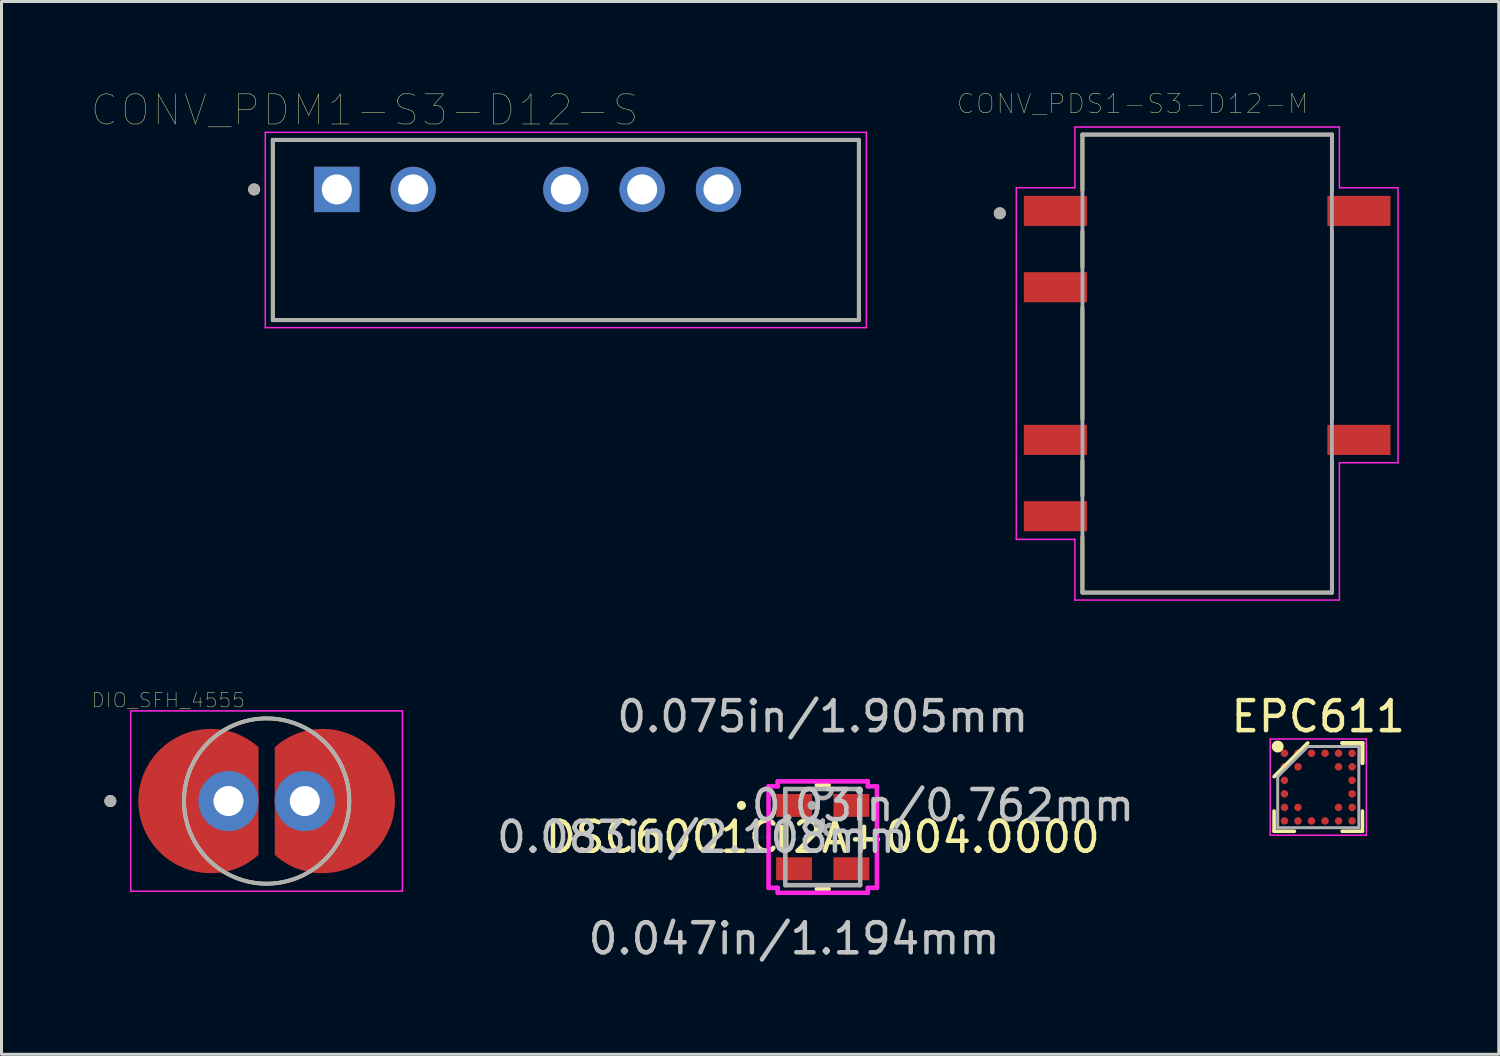
<source format=kicad_pcb>
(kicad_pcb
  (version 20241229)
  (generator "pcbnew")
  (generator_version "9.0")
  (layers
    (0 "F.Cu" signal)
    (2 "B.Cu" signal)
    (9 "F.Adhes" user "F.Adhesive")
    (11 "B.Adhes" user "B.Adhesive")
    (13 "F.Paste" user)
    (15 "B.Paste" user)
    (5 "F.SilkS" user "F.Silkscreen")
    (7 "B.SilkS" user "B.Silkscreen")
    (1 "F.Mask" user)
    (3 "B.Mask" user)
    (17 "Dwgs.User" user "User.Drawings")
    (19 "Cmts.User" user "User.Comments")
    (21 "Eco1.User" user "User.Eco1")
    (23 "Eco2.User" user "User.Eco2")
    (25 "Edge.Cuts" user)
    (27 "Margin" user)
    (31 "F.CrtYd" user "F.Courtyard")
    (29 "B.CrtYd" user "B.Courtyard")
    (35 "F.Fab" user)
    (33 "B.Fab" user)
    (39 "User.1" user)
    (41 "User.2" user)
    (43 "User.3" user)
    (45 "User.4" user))
  (footprint "EPC611"
    (layer "F.Cu")
    (at 40.814 23.14)
    (property "Reference" "EPC611" (at 0 -2.35 0) (layer "F.SilkS") (effects (font (size 1 1) (thickness 0.15))))
    (attr smd)
    (fp_line (start -1.47 1.47) (end -1.47 0.795) (stroke (width 0.12) (type solid)) (layer "F.SilkS"))
    (fp_line (start -0.795 1.47) (end -1.47 1.47) (stroke (width 0.12) (type solid)) (layer "F.SilkS"))
    (fp_line (start -0.35 -1.47) (end -1.47 -0.35) (stroke (width 0.12) (type solid)) (layer "F.SilkS"))
    (fp_line (start 0.795 -1.47) (end 1.47 -1.47) (stroke (width 0.12) (type solid)) (layer "F.SilkS"))
    (fp_line (start 0.795 -1.47) (end 1.47 -1.47) (stroke (width 0.12) (type solid)) (layer "F.SilkS"))
    (fp_line (start 0.795 -1.47) (end 1.47 -1.47) (stroke (width 0.12) (type solid)) (layer "F.SilkS"))
    (fp_line (start 0.795 1.47) (end 1.47 1.47) (stroke (width 0.12) (type solid)) (layer "F.SilkS"))
    (fp_line (start 1.47 -1.47) (end 1.47 -0.795) (stroke (width 0.12) (type solid)) (layer "F.SilkS"))
    (fp_line (start 1.47 -1.47) (end 1.47 -0.795) (stroke (width 0.12) (type solid)) (layer "F.SilkS"))
    (fp_line (start 1.47 -1.47) (end 1.47 -0.795) (stroke (width 0.12) (type solid)) (layer "F.SilkS"))
    (fp_line (start 1.47 1.47) (end 1.47 0.795) (stroke (width 0.12) (type solid)) (layer "F.SilkS"))
    (fp_circle (center -1.35 -1.35) (end -1.35 -1.25) (stroke (width 0.2) (type solid)) (fill no) (layer "F.SilkS"))
    (fp_line (start -1.6 -1.6) (end 1.6 -1.6) (stroke (width 0.05) (type solid)) (layer "F.CrtYd"))
    (fp_line (start -1.6 1.6) (end -1.6 -1.6) (stroke (width 0.05) (type solid)) (layer "F.CrtYd"))
    (fp_line (start 1.6 -1.6) (end 1.6 1.6) (stroke (width 0.05) (type solid)) (layer "F.CrtYd"))
    (fp_line (start 1.6 1.6) (end -1.6 1.6) (stroke (width 0.05) (type solid)) (layer "F.CrtYd"))
    (fp_line (start -1.35 -0.35) (end -1.35 1.35) (stroke (width 0.1) (type solid)) (layer "F.Fab"))
    (fp_line (start -1.35 1.35) (end 1.35 1.35) (stroke (width 0.1) (type solid)) (layer "F.Fab"))
    (fp_line (start -0.35 -1.35) (end -1.35 -0.35) (stroke (width 0.1) (type solid)) (layer "F.Fab"))
    (fp_line (start 1.35 -1.35) (end -0.35 -1.35) (stroke (width 0.1) (type solid)) (layer "F.Fab"))
    (fp_line (start 1.35 1.35) (end 1.35 -1.35) (stroke (width 0.1) (type solid)) (layer "F.Fab"))
    (pad "1" smd circle (at -1.125 1.125) (size 0.25 0.25) (layers "F.Cu" "F.Mask" "F.Paste"))
    (pad "2" smd circle (at -0.675 1.125) (size 0.25 0.25) (layers "F.Cu" "F.Mask" "F.Paste"))
    (pad "3" smd circle (at -0.225 1.125) (size 0.25 0.25) (layers "F.Cu" "F.Mask" "F.Paste"))
    (pad "4" smd circle (at 0.225 1.125) (size 0.25 0.25) (layers "F.Cu" "F.Mask" "F.Paste"))
    (pad "5" smd circle (at 0.675 1.125) (size 0.25 0.25) (layers "F.Cu" "F.Mask" "F.Paste"))
    (pad "6" smd circle (at 1.125 1.125) (size 0.25 0.25) (layers "F.Cu" "F.Mask" "F.Paste"))
    (pad "7" smd circle (at 1.125 0.675) (size 0.25 0.25) (layers "F.Cu" "F.Mask" "F.Paste"))
    (pad "8" smd circle (at 1.125 0.225) (size 0.25 0.25) (layers "F.Cu" "F.Mask" "F.Paste"))
    (pad "9" smd circle (at 1.125 -0.225) (size 0.25 0.25) (layers "F.Cu" "F.Mask" "F.Paste"))
    (pad "10" smd circle (at 1.125 -0.675) (size 0.25 0.25) (layers "F.Cu" "F.Mask" "F.Paste"))
    (pad "11" smd circle (at 1.125 -1.125) (size 0.25 0.25) (layers "F.Cu" "F.Mask" "F.Paste"))
    (pad "12" smd circle (at 0.675 -1.125) (size 0.25 0.25) (layers "F.Cu" "F.Mask" "F.Paste"))
    (pad "13" smd circle (at 0.225 -1.125) (size 0.25 0.25) (layers "F.Cu" "F.Mask" "F.Paste"))
    (pad "14" smd circle (at -0.225 -1.125) (size 0.25 0.25) (layers "F.Cu" "F.Mask" "F.Paste"))
    (pad "15" smd circle (at -0.675 -1.125) (size 0.25 0.25) (layers "F.Cu" "F.Mask" "F.Paste"))
    (pad "16" smd circle (at -1.125 -1.125) (size 0.25 0.25) (layers "F.Cu" "F.Mask" "F.Paste"))
    (pad "17" smd circle (at -1.125 -0.675) (size 0.25 0.25) (layers "F.Cu" "F.Mask" "F.Paste"))
    (pad "18" smd circle (at -1.125 -0.225) (size 0.25 0.25) (layers "F.Cu" "F.Mask" "F.Paste"))
    (pad "19" smd circle (at -1.125 0.225) (size 0.25 0.25) (layers "F.Cu" "F.Mask" "F.Paste"))
    (pad "20" smd circle (at -1.125 0.675) (size 0.25 0.25) (layers "F.Cu" "F.Mask" "F.Paste"))
    (pad "21" smd circle (at -0.675 0.675) (size 0.25 0.25) (layers "F.Cu" "F.Mask" "F.Paste"))
    (pad "22" smd circle (at 0.675 0.675) (size 0.25 0.25) (layers "F.Cu" "F.Mask" "F.Paste"))
    (pad "23" smd circle (at 0.675 -0.675) (size 0.25 0.25) (layers "F.Cu" "F.Mask" "F.Paste"))
    (pad "24" smd circle (at -0.675 -0.675) (size 0.25 0.25) (layers "F.Cu" "F.Mask" "F.Paste")))
  (footprint "DSC6001CI2A-004.0000"
    (layer "F.Cu")
    (at 24.326 24.803)
    (property "Reference" "DSC6001CI2A-004.0000" (at 0 0 0) (layer "F.SilkS") (effects (font (size 1 1) (thickness 0.15))))
    (attr through_hole)
    (fp_line (start -1.372 -0.34) (end -1.372 0.34) (stroke (width 0.152) (type solid)) (layer "F.SilkS"))
    (fp_line (start -0.196 1.727) (end 0.196 1.727) (stroke (width 0.152) (type solid)) (layer "F.SilkS"))
    (fp_line (start 0.196 -1.727) (end -0.196 -1.727) (stroke (width 0.152) (type solid)) (layer "F.SilkS"))
    (fp_line (start 1.372 0.34) (end 1.372 -0.34) (stroke (width 0.152) (type solid)) (layer "F.SilkS"))
    (fp_circle (center -2.705 -1.054) (end -2.629 -1.054) (stroke (width 0.152) (type solid)) (fill no) (layer "F.SilkS"))
    (fp_line (start -1.803 -1.689) (end -1.499 -1.689) (stroke (width 0.152) (type solid)) (layer "F.CrtYd"))
    (fp_line (start -1.803 1.689) (end -1.803 -1.689) (stroke (width 0.152) (type solid)) (layer "F.CrtYd"))
    (fp_line (start -1.499 -1.854) (end 1.499 -1.854) (stroke (width 0.152) (type solid)) (layer "F.CrtYd"))
    (fp_line (start -1.499 -1.689) (end -1.499 -1.854) (stroke (width 0.152) (type solid)) (layer "F.CrtYd"))
    (fp_line (start -1.499 1.689) (end -1.803 1.689) (stroke (width 0.152) (type solid)) (layer "F.CrtYd"))
    (fp_line (start -1.499 1.854) (end -1.499 1.689) (stroke (width 0.152) (type solid)) (layer "F.CrtYd"))
    (fp_line (start 1.499 -1.854) (end 1.499 -1.689) (stroke (width 0.152) (type solid)) (layer "F.CrtYd"))
    (fp_line (start 1.499 -1.689) (end 1.803 -1.689) (stroke (width 0.152) (type solid)) (layer "F.CrtYd"))
    (fp_line (start 1.499 1.689) (end 1.499 1.854) (stroke (width 0.152) (type solid)) (layer "F.CrtYd"))
    (fp_line (start 1.499 1.854) (end -1.499 1.854) (stroke (width 0.152) (type solid)) (layer "F.CrtYd"))
    (fp_line (start 1.803 -1.689) (end 1.803 1.689) (stroke (width 0.152) (type solid)) (layer "F.CrtYd"))
    (fp_line (start 1.803 1.689) (end 1.499 1.689) (stroke (width 0.152) (type solid)) (layer "F.CrtYd"))
    (fp_line (start -1.245 -1.6) (end -1.245 1.6) (stroke (width 0.152) (type solid)) (layer "F.Fab"))
    (fp_line (start -1.245 1.6) (end 1.245 1.6) (stroke (width 0.152) (type solid)) (layer "F.Fab"))
    (fp_line (start 1.245 -1.6) (end -1.245 -1.6) (stroke (width 0.152) (type solid)) (layer "F.Fab"))
    (fp_line (start 1.245 1.6) (end 1.245 -1.6) (stroke (width 0.152) (type solid)) (layer "F.Fab"))
    (fp_arc (start 0.3048 -1.6002) (mid 0 -1.2954) (end -0.3048 -1.6002) (stroke (width 0.1524) (type solid)) (layer "F.Fab"))
    (fp_circle (center -0.356 -1.054) (end -0.356 -1.054) (stroke (width 0.152) (type solid)) (fill no) (layer "F.Fab"))
    (fp_text user "*" (at 0 0 0) (layer "F.SilkS") (effects (font (size 1 1) (thickness 0.15))))
    (fp_text user "0.03in/0.762mm" (at 4 -1.054 0) (layer "Dwgs.User") (effects (font (size 1 1) (thickness 0.15))))
    (fp_text user "0.083in/2.108mm" (at -4 0 0) (layer "Dwgs.User") (effects (font (size 1 1) (thickness 0.15))))
    (fp_text user "0.075in/1.905mm" (at 0 -4.013 0) (layer "Dwgs.User") (effects (font (size 1 1) (thickness 0.15))))
    (fp_text user "0.047in/1.194mm" (at -0.953 3.378 0) (layer "Dwgs.User") (effects (font (size 1 1) (thickness 0.15))))
    (fp_text user "Copyright 2016 Accelerated Designs. All rights reserved." (at 0 0 0) (layer "Cmts.User") (effects (font (size 0.127 0.127) (thickness 0.002))))
    (fp_text user "*" (at 0 0 0) (layer "F.Fab") (effects (font (size 1 1) (thickness 0.15))))
    (pad "1" smd rect (at -0.953 -1.054) (size 1.194 0.762) (layers "F.Cu" "F.Mask" "F.Paste"))
    (pad "2" smd rect (at -0.953 1.054) (size 1.194 0.762) (layers "F.Cu" "F.Mask" "F.Paste"))
    (pad "3" smd rect (at 0.953 1.054) (size 1.194 0.762) (layers "F.Cu" "F.Mask" "F.Paste"))
    (pad "4" smd rect (at 0.953 -1.054) (size 1.194 0.762) (layers "F.Cu" "F.Mask" "F.Paste")))
  (footprint "CONV_PDM1-S3-D12-S"
    (layer "F.Cu")
    (at 8.157 3.253)
    (property "Reference" "CONV_PDM1-S3-D12-S" (at 0.927 -2.641 0) (layer "F.SilkS") (effects (font (size 1.002 1.002) (thickness 0.015))))
    (attr through_hole)
    (fp_line (start -2.13 -1.65) (end 17.37 -1.65) (stroke (width 0.127) (type solid)) (layer "F.SilkS"))
    (fp_line (start -2.13 4.35) (end -2.13 -1.65) (stroke (width 0.127) (type solid)) (layer "F.SilkS"))
    (fp_line (start 17.37 -1.65) (end 17.37 4.35) (stroke (width 0.127) (type solid)) (layer "F.SilkS"))
    (fp_line (start 17.37 4.35) (end -2.13 4.35) (stroke (width 0.127) (type solid)) (layer "F.SilkS"))
    (fp_circle (center -2.75 0) (end -2.65 0) (stroke (width 0.2) (type solid)) (fill no) (layer "F.SilkS"))
    (fp_line (start -2.38 -1.9) (end 17.62 -1.9) (stroke (width 0.05) (type solid)) (layer "F.CrtYd"))
    (fp_line (start -2.38 4.6) (end -2.38 -1.9) (stroke (width 0.05) (type solid)) (layer "F.CrtYd"))
    (fp_line (start 17.62 -1.9) (end 17.62 4.6) (stroke (width 0.05) (type solid)) (layer "F.CrtYd"))
    (fp_line (start 17.62 4.6) (end -2.38 4.6) (stroke (width 0.05) (type solid)) (layer "F.CrtYd"))
    (fp_line (start -2.13 -1.65) (end 17.37 -1.65) (stroke (width 0.127) (type solid)) (layer "F.Fab"))
    (fp_line (start -2.13 4.35) (end -2.13 -1.65) (stroke (width 0.127) (type solid)) (layer "F.Fab"))
    (fp_line (start 17.37 -1.65) (end 17.37 4.35) (stroke (width 0.127) (type solid)) (layer "F.Fab"))
    (fp_line (start 17.37 4.35) (end -2.13 4.35) (stroke (width 0.127) (type solid)) (layer "F.Fab"))
    (fp_circle (center -2.75 0) (end -2.65 0) (stroke (width 0.2) (type solid)) (fill no) (layer "F.Fab"))
    (pad "1" thru_hole rect (at 0 0) (size 1.508 1.508) (drill 1) (layers "*.Cu" "*.Mask"))
    (pad "2" thru_hole circle (at 2.54 0) (size 1.508 1.508) (drill 1) (layers "*.Cu" "*.Mask"))
    (pad "4" thru_hole circle (at 7.62 0) (size 1.508 1.508) (drill 1) (layers "*.Cu" "*.Mask"))
    (pad "5" thru_hole circle (at 10.16 0) (size 1.508 1.508) (drill 1) (layers "*.Cu" "*.Mask"))
    (pad "6" thru_hole circle (at 12.7 0) (size 1.508 1.508) (drill 1) (layers "*.Cu" "*.Mask")))
  (footprint "CONV_PDS1-S3-D12-M"
    (layer "F.Cu")
    (at 37.117 9.047)
    (property "Reference" "CONV_PDS1-S3-D12-M" (at -2.479 -8.644 0) (layer "F.SilkS") (effects (font (size 0.643 0.643) (thickness 0.015))))
    (attr through_hole)
    (fp_line (start -4.15 -7.62) (end -4.15 -5.76) (stroke (width 0.127) (type solid)) (layer "F.SilkS"))
    (fp_line (start -4.15 -7.62) (end 4.15 -7.62) (stroke (width 0.127) (type solid)) (layer "F.SilkS"))
    (fp_line (start -4.15 -4.4) (end -4.15 -3.22) (stroke (width 0.127) (type solid)) (layer "F.SilkS"))
    (fp_line (start -4.15 -1.85) (end -4.15 1.85) (stroke (width 0.127) (type solid)) (layer "F.SilkS"))
    (fp_line (start -4.15 3.22) (end -4.15 4.4) (stroke (width 0.127) (type solid)) (layer "F.SilkS"))
    (fp_line (start -4.15 5.77) (end -4.15 7.62) (stroke (width 0.127) (type solid)) (layer "F.SilkS"))
    (fp_line (start 4.15 -7.62) (end 4.15 -5.76) (stroke (width 0.127) (type solid)) (layer "F.SilkS"))
    (fp_line (start 4.15 1.85) (end 4.15 -4.4) (stroke (width 0.127) (type solid)) (layer "F.SilkS"))
    (fp_line (start 4.15 7.62) (end -4.15 7.62) (stroke (width 0.127) (type solid)) (layer "F.SilkS"))
    (fp_line (start 4.15 7.62) (end 4.15 3.22) (stroke (width 0.127) (type solid)) (layer "F.SilkS"))
    (fp_circle (center -6.9 -5) (end -6.8 -5) (stroke (width 0.2) (type solid)) (fill no) (layer "F.SilkS"))
    (fp_line (start -6.35 -5.85) (end -4.4 -5.85) (stroke (width 0.05) (type solid)) (layer "F.CrtYd"))
    (fp_line (start -6.35 5.85) (end -6.35 -5.85) (stroke (width 0.05) (type solid)) (layer "F.CrtYd"))
    (fp_line (start -4.4 -7.87) (end 4.4 -7.87) (stroke (width 0.05) (type solid)) (layer "F.CrtYd"))
    (fp_line (start -4.4 -5.85) (end -4.4 -7.87) (stroke (width 0.05) (type solid)) (layer "F.CrtYd"))
    (fp_line (start -4.4 5.85) (end -6.35 5.85) (stroke (width 0.05) (type solid)) (layer "F.CrtYd"))
    (fp_line (start -4.4 7.87) (end -4.4 5.85) (stroke (width 0.05) (type solid)) (layer "F.CrtYd"))
    (fp_line (start 4.4 -7.87) (end 4.4 -5.85) (stroke (width 0.05) (type solid)) (layer "F.CrtYd"))
    (fp_line (start 4.4 -5.85) (end 6.35 -5.85) (stroke (width 0.05) (type solid)) (layer "F.CrtYd"))
    (fp_line (start 4.4 3.3) (end 4.4 7.87) (stroke (width 0.05) (type solid)) (layer "F.CrtYd"))
    (fp_line (start 4.4 7.87) (end -4.4 7.87) (stroke (width 0.05) (type solid)) (layer "F.CrtYd"))
    (fp_line (start 6.35 -5.85) (end 6.35 3.3) (stroke (width 0.05) (type solid)) (layer "F.CrtYd"))
    (fp_line (start 6.35 3.3) (end 4.4 3.3) (stroke (width 0.05) (type solid)) (layer "F.CrtYd"))
    (fp_line (start -4.15 -7.62) (end 4.15 -7.62) (stroke (width 0.127) (type solid)) (layer "F.Fab"))
    (fp_line (start -4.15 7.62) (end -4.15 -7.62) (stroke (width 0.127) (type solid)) (layer "F.Fab"))
    (fp_line (start 4.15 -7.62) (end 4.15 7.62) (stroke (width 0.127) (type solid)) (layer "F.Fab"))
    (fp_line (start 4.15 7.62) (end -4.15 7.62) (stroke (width 0.127) (type solid)) (layer "F.Fab"))
    (fp_circle (center -6.9 -5) (end -6.8 -5) (stroke (width 0.2) (type solid)) (fill no) (layer "F.Fab"))
    (pad "1" smd rect (at -5.05 -5.08) (size 2.1 1) (layers "F.Cu" "F.Mask" "F.Paste"))
    (pad "2" smd rect (at -5.05 -2.54) (size 2.1 1) (layers "F.Cu" "F.Mask" "F.Paste"))
    (pad "4" smd rect (at -5.05 2.54) (size 2.1 1) (layers "F.Cu" "F.Mask" "F.Paste"))
    (pad "5" smd rect (at -5.05 5.08) (size 2.1 1) (layers "F.Cu" "F.Mask" "F.Paste"))
    (pad "7" smd rect (at 5.05 2.54) (size 2.1 1) (layers "F.Cu" "F.Mask" "F.Paste"))
    (pad "10" smd rect (at 5.05 -5.08) (size 2.1 1) (layers "F.Cu" "F.Mask" "F.Paste")))
  (footprint "DIO_SFH_4555"
    (layer "F.Cu")
    (at 5.822 23.604)
    (property "Reference" "DIO_SFH_4555" (at -3.276 -3.355 0) (layer "F.SilkS") (effects (font (size 0.48 0.48) (thickness 0.015))))
    (attr through_hole)
    (fp_poly (pts (xy -0.27 -0.06) (xy -0.27 -1.79) (xy -0.325 -1.839) (xy -0.37 -1.876) (xy -0.416 -1.912) (xy -0.462 -1.948) (xy -0.51 -1.982) (xy -0.558 -2.014) (xy -0.608 -2.046) (xy -0.657 -2.076) (xy -0.708 -2.105) (xy -0.76 -2.133) (xy -0.812 -2.16) (xy -0.864 -2.185) (xy -0.918 -2.209) (xy -0.972 -2.231) (xy -1.026 -2.252) (xy -1.081 -2.272) (xy -1.137 -2.29) (xy -1.193 -2.307) (xy -1.249 -2.323) (xy -1.306 -2.337) (xy -1.363 -2.35) (xy -1.42 -2.361) (xy -1.478 -2.371) (xy -1.535 -2.38) (xy -1.593 -2.387) (xy -1.652 -2.392) (xy -1.71 -2.396) (xy -1.768 -2.399) (xy -1.827 -2.4) (xy -1.87 -2.4) (xy -1.895 -2.4) (xy -2.028 -2.394) (xy -2.152 -2.383) (xy -2.275 -2.364) (xy -2.398 -2.34) (xy -2.519 -2.309) (xy -2.638 -2.272) (xy -2.755 -2.229) (xy -2.869 -2.179) (xy -2.981 -2.124) (xy -3.09 -2.063) (xy -3.195 -1.997) (xy -3.297 -1.925) (xy -3.396 -1.848) (xy -3.49 -1.766) (xy -3.579 -1.68) (xy -3.664 -1.589) (xy -3.745 -1.493) (xy -3.82 -1.394) (xy -3.89 -1.29) (xy -3.954 -1.184) (xy -4.013 -1.074) (xy -4.066 -0.961) (xy -4.114 -0.846) (xy -4.155 -0.728) (xy -4.19 -0.608) (xy -4.219 -0.487) (xy -4.241 -0.364) (xy -4.257 -0.241) (xy -4.267 -0.116) (xy -4.27 0) (xy -4.267 0.116) (xy -4.257 0.241) (xy -4.241 0.364) (xy -4.219 0.487) (xy -4.19 0.608) (xy -4.155 0.728) (xy -4.114 0.846) (xy -4.066 0.961) (xy -4.013 1.074) (xy -3.954 1.184) (xy -3.89 1.29) (xy -3.82 1.394) (xy -3.745 1.493) (xy -3.664 1.589) (xy -3.579 1.68) (xy -3.49 1.766) (xy -3.396 1.848) (xy -3.297 1.925) (xy -3.195 1.997) (xy -3.09 2.063) (xy -2.981 2.124) (xy -2.869 2.179) (xy -2.755 2.229) (xy -2.638 2.272) (xy -2.519 2.309) (xy -2.398 2.34) (xy -2.275 2.364) (xy -2.152 2.383) (xy -2.028 2.394) (xy -1.895 2.4) (xy -1.795 2.4) (xy -1.87 2.4) (xy -1.827 2.4) (xy -1.768 2.399) (xy -1.71 2.396) (xy -1.652 2.392) (xy -1.593 2.387) (xy -1.535 2.38) (xy -1.478 2.371) (xy -1.42 2.361) (xy -1.363 2.35) (xy -1.306 2.337) (xy -1.249 2.323) (xy -1.193 2.307) (xy -1.137 2.29) (xy -1.081 2.272) (xy -1.026 2.252) (xy -0.972 2.231) (xy -0.918 2.209) (xy -0.864 2.185) (xy -0.812 2.16) (xy -0.76 2.133) (xy -0.708 2.105) (xy -0.657 2.076) (xy -0.608 2.046) (xy -0.558 2.014) (xy -0.51 1.982) (xy -0.462 1.948) (xy -0.416 1.912) (xy -0.37 1.876) (xy -0.325 1.839) (xy -0.27 1.79) (xy -0.27 -0.06)) (stroke (width 0.001) (type solid)) (fill yes) (layer "F.Cu"))
    (fp_poly (pts (xy 0.27 -0.06) (xy 0.27 -1.79) (xy 0.325 -1.839) (xy 0.37 -1.876) (xy 0.416 -1.912) (xy 0.462 -1.948) (xy 0.51 -1.982) (xy 0.558 -2.014) (xy 0.608 -2.046) (xy 0.657 -2.076) (xy 0.708 -2.105) (xy 0.76 -2.133) (xy 0.812 -2.16) (xy 0.864 -2.185) (xy 0.918 -2.209) (xy 0.972 -2.231) (xy 1.026 -2.252) (xy 1.081 -2.272) (xy 1.137 -2.29) (xy 1.193 -2.307) (xy 1.249 -2.323) (xy 1.306 -2.337) (xy 1.363 -2.35) (xy 1.42 -2.361) (xy 1.478 -2.371) (xy 1.535 -2.38) (xy 1.593 -2.387) (xy 1.652 -2.392) (xy 1.71 -2.396) (xy 1.768 -2.399) (xy 1.827 -2.4) (xy 1.87 -2.4) (xy 1.895 -2.4) (xy 2.028 -2.394) (xy 2.152 -2.383) (xy 2.275 -2.364) (xy 2.398 -2.34) (xy 2.519 -2.309) (xy 2.638 -2.272) (xy 2.755 -2.229) (xy 2.869 -2.179) (xy 2.981 -2.124) (xy 3.09 -2.063) (xy 3.195 -1.997) (xy 3.297 -1.925) (xy 3.396 -1.848) (xy 3.49 -1.766) (xy 3.579 -1.68) (xy 3.664 -1.589) (xy 3.745 -1.493) (xy 3.82 -1.394) (xy 3.89 -1.29) (xy 3.954 -1.184) (xy 4.013 -1.074) (xy 4.066 -0.961) (xy 4.114 -0.846) (xy 4.155 -0.728) (xy 4.19 -0.608) (xy 4.219 -0.487) (xy 4.241 -0.364) (xy 4.257 -0.241) (xy 4.267 -0.116) (xy 4.27 0) (xy 4.267 0.116) (xy 4.257 0.241) (xy 4.241 0.364) (xy 4.219 0.487) (xy 4.19 0.608) (xy 4.155 0.728) (xy 4.114 0.846) (xy 4.066 0.961) (xy 4.013 1.074) (xy 3.954 1.184) (xy 3.89 1.29) (xy 3.82 1.394) (xy 3.745 1.493) (xy 3.664 1.589) (xy 3.579 1.68) (xy 3.49 1.766) (xy 3.396 1.848) (xy 3.297 1.925) (xy 3.195 1.997) (xy 3.09 2.063) (xy 2.981 2.124) (xy 2.869 2.179) (xy 2.755 2.229) (xy 2.638 2.272) (xy 2.519 2.309) (xy 2.398 2.34) (xy 2.275 2.364) (xy 2.152 2.383) (xy 2.028 2.394) (xy 1.895 2.4) (xy 1.795 2.4) (xy 1.87 2.4) (xy 1.827 2.4) (xy 1.768 2.399) (xy 1.71 2.396) (xy 1.652 2.392) (xy 1.593 2.387) (xy 1.535 2.38) (xy 1.478 2.371) (xy 1.42 2.361) (xy 1.363 2.35) (xy 1.306 2.337) (xy 1.249 2.323) (xy 1.193 2.307) (xy 1.137 2.29) (xy 1.081 2.272) (xy 1.026 2.252) (xy 0.972 2.231) (xy 0.918 2.209) (xy 0.864 2.185) (xy 0.812 2.16) (xy 0.76 2.133) (xy 0.708 2.105) (xy 0.657 2.076) (xy 0.608 2.046) (xy 0.558 2.014) (xy 0.51 1.982) (xy 0.462 1.948) (xy 0.416 1.912) (xy 0.37 1.876) (xy 0.325 1.839) (xy 0.27 1.79) (xy 0.27 -0.06)) (stroke (width 0.001) (type solid)) (fill yes) (layer "F.Cu"))
    (fp_circle (center -1.27 0) (end -0.77 0) (stroke (width 1) (type solid)) (fill no) (layer "F.Mask"))
    (fp_circle (center 1.27 0) (end 1.77 0) (stroke (width 1) (type solid)) (fill no) (layer "F.Mask"))
    (fp_circle (center -1.27 0) (end -0.77 0) (stroke (width 1) (type solid)) (fill no) (layer "B.Mask"))
    (fp_circle (center 1.27 0) (end 1.77 0) (stroke (width 1) (type solid)) (fill no) (layer "B.Mask"))
    (fp_circle (center -5.2 0) (end -5.1 0) (stroke (width 0.2) (type solid)) (fill no) (layer "F.SilkS"))
    (fp_circle (center 0 0) (end 2.75 0) (stroke (width 0.127) (type solid)) (fill no) (layer "F.SilkS"))
    (fp_line (start -4.52 -3) (end 4.52 -3) (stroke (width 0.05) (type solid)) (layer "F.CrtYd"))
    (fp_line (start -4.52 3) (end -4.52 -3) (stroke (width 0.05) (type solid)) (layer "F.CrtYd"))
    (fp_line (start 4.52 -3) (end 4.52 3) (stroke (width 0.05) (type solid)) (layer "F.CrtYd"))
    (fp_line (start 4.52 3) (end -4.52 3) (stroke (width 0.05) (type solid)) (layer "F.CrtYd"))
    (fp_circle (center -5.2 0) (end -5.1 0) (stroke (width 0.2) (type solid)) (fill no) (layer "F.Fab"))
    (fp_circle (center 0 0) (end 2.75 0) (stroke (width 0.127) (type solid)) (fill no) (layer "F.Fab"))
    (pad "A" thru_hole circle (at 1.27 0) (size 2 2) (drill 1) (layers "*.Cu"))
    (pad "C" thru_hole circle (at -1.27 0) (size 2 2) (drill 1) (layers "*.Cu")))
  (gr_rect
    (start -3 -3)
    (end 46.82 32.03)
    (stroke (width 0.1) (type default))
    (fill no)
    (layer "Edge.Cuts")))
</source>
